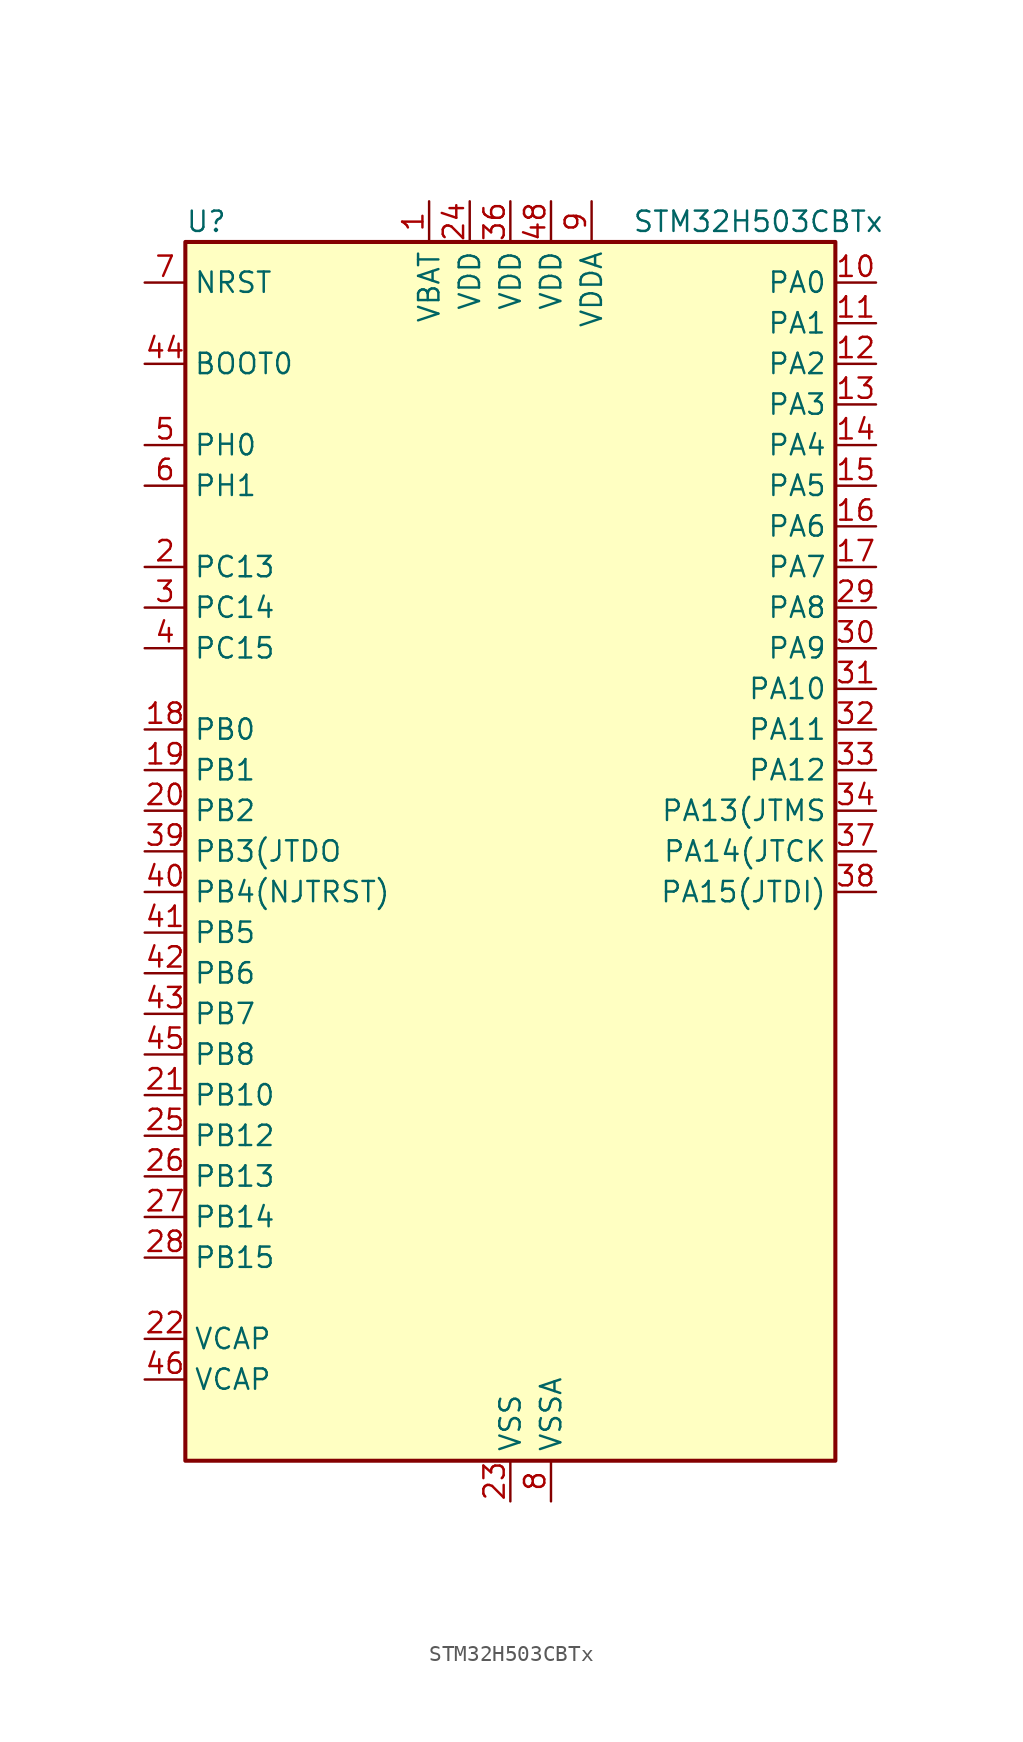
<source format=kicad_sym>
(kicad_symbol_lib
  (version 20231120)
  (generator "kicad_symbol_editor")
  (generator_version "8.0")
  (symbol "STM32H503CBTx"
    (property "Reference" "U"
      (at -20.32 39.37 0)
      (effects (font (size 1.27 1.27)) (justify left)))
    (property "Value" "STM32H503CBTx"
      (at 7.62 39.37 0)
      (effects (font (size 1.27 1.27)) (justify left)))
    (property "ki_locked" ""
      (at 0 0 0)
      (effects (font (size 1.27 1.27))))
    (symbol "STM32H503CBTx_0_1"
      (rectangle (start -20.32 -38.1) (end 20.32 38.1) (stroke (width 0.254) (type default)) (fill (type background))))
    (symbol "STM32H503CBTx_1_1"
      (pin power_in line (at -5.08 40.64 270) (length 2.54) (name "VBAT" (effects (font (size 1.27 1.27)))) (number "1" (effects (font (size 1.27 1.27)))))
      (pin bidirectional line (at 22.86 35.56 180) (length 2.54) (name "PA0" (effects (font (size 1.27 1.27)))) (number "10" (effects (font (size 1.27 1.27)))) (alternate "ADC1_INN1" bidirectional line) (alternate "ADC1_INP0" bidirectional line) (alternate "COMP1_INP" bidirectional line) (alternate "I2S1_SDI" bidirectional line) (alternate "I2S2_MCK" bidirectional line) (alternate "I2S3_WS" bidirectional line) (alternate "LPTIM1_ETR" bidirectional line) (alternate "LPTIM1_IN2" bidirectional line) (alternate "LPTIM2_ETR" bidirectional line) (alternate "OPAMP1_VINP" bidirectional line) (alternate "PWR_WKUP1" bidirectional line) (alternate "RTC_OUT2" bidirectional line) (alternate "SPI1_MISO" bidirectional line) (alternate "SPI3_NSS" bidirectional line) (alternate "SPI3_RDY" bidirectional line) (alternate "TAMP_IN2" bidirectional line) (alternate "TAMP_OUT1" bidirectional line) (alternate "TIM2_CH1" bidirectional line) (alternate "TIM2_ETR" bidirectional line) (alternate "TIM3_CH1" bidirectional line) (alternate "USART1_CTS" bidirectional line) (alternate "USART1_NSS" bidirectional line) (alternate "USART2_CTS" bidirectional line) (alternate "USART2_NSS" bidirectional line) (alternate "USART3_CK" bidirectional line) (alternate "USART3_CTS" bidirectional line) (alternate "USART3_NSS" bidirectional line))
      (pin bidirectional line (at 22.86 33.02 180) (length 2.54) (name "PA1" (effects (font (size 1.27 1.27)))) (number "11" (effects (font (size 1.27 1.27)))) (alternate "ADC1_INP1" bidirectional line) (alternate "I2S1_WS" bidirectional line) (alternate "I2S3_CK" bidirectional line) (alternate "LPTIM1_IN1" bidirectional line) (alternate "SPI1_NSS" bidirectional line) (alternate "SPI2_RDY" bidirectional line) (alternate "SPI3_SCK" bidirectional line) (alternate "TIM1_CH3" bidirectional line) (alternate "TIM2_CH2" bidirectional line) (alternate "USART1_RX" bidirectional line) (alternate "USART2_CK" bidirectional line) (alternate "USART2_RTS" bidirectional line))
      (pin bidirectional line (at 22.86 30.48 180) (length 2.54) (name "PA2" (effects (font (size 1.27 1.27)))) (number "12" (effects (font (size 1.27 1.27)))) (alternate "ADC1_INP14" bidirectional line) (alternate "I2S1_CK" bidirectional line) (alternate "I2S3_SDI" bidirectional line) (alternate "LPTIM1_IN2" bidirectional line) (alternate "LPUART1_RX" bidirectional line) (alternate "PWR_WKUP2" bidirectional line) (alternate "SPI1_SCK" bidirectional line) (alternate "SPI3_MISO" bidirectional line) (alternate "TIM1_CH4" bidirectional line) (alternate "TIM2_CH3" bidirectional line) (alternate "TIM3_ETR" bidirectional line) (alternate "USART1_TX" bidirectional line) (alternate "USART2_TX" bidirectional line))
      (pin bidirectional line (at 22.86 27.94 180) (length 2.54) (name "PA3" (effects (font (size 1.27 1.27)))) (number "13" (effects (font (size 1.27 1.27)))) (alternate "ADC1_INP15" bidirectional line) (alternate "I2S1_SDI" bidirectional line) (alternate "I2S2_WS" bidirectional line) (alternate "I2S3_SDO" bidirectional line) (alternate "LPUART1_TX" bidirectional line) (alternate "SPI1_MISO" bidirectional line) (alternate "SPI2_NSS" bidirectional line) (alternate "SPI3_MOSI" bidirectional line) (alternate "TIM1_CH1N" bidirectional line) (alternate "TIM2_CH4" bidirectional line) (alternate "USART1_CK" bidirectional line) (alternate "USART2_RX" bidirectional line) (alternate "USART3_RX" bidirectional line))
      (pin bidirectional line (at 22.86 25.4 180) (length 2.54) (name "PA4" (effects (font (size 1.27 1.27)))) (number "14" (effects (font (size 1.27 1.27)))) (alternate "ADC1_INP18" bidirectional line) (alternate "DAC1_OUT1" bidirectional line) (alternate "I2S1_SDO" bidirectional line) (alternate "I2S1_WS" bidirectional line) (alternate "I2S3_SDI" bidirectional line) (alternate "I2S3_WS" bidirectional line) (alternate "LPTIM2_CH1" bidirectional line) (alternate "SPI1_MOSI" bidirectional line) (alternate "SPI1_NSS" bidirectional line) (alternate "SPI3_MISO" bidirectional line) (alternate "SPI3_NSS" bidirectional line) (alternate "TIM1_BKIN" bidirectional line) (alternate "TIM1_CH2N" bidirectional line) (alternate "USART1_RTS" bidirectional line) (alternate "USART2_CK" bidirectional line) (alternate "USART3_TX" bidirectional line))
      (pin bidirectional line (at 22.86 22.86 180) (length 2.54) (name "PA5" (effects (font (size 1.27 1.27)))) (number "15" (effects (font (size 1.27 1.27)))) (alternate "ADC1_INN18" bidirectional line) (alternate "ADC1_INP19" bidirectional line) (alternate "COMP1_INM" bidirectional line) (alternate "DAC1_OUT2" bidirectional line) (alternate "I2S1_CK" bidirectional line) (alternate "I2S1_MCK" bidirectional line) (alternate "I2S2_CK" bidirectional line) (alternate "I2S3_SDO" bidirectional line) (alternate "LPTIM1_CH1" bidirectional line) (alternate "LPTIM1_ETR" bidirectional line) (alternate "LPTIM2_CH2" bidirectional line) (alternate "LPUART1_RTS" bidirectional line) (alternate "PWR_CSTOP" bidirectional line) (alternate "SPI1_SCK" bidirectional line) (alternate "SPI2_SCK" bidirectional line) (alternate "SPI3_MOSI" bidirectional line) (alternate "TIM2_CH1" bidirectional line) (alternate "TIM2_ETR" bidirectional line) (alternate "USART2_CTS" bidirectional line) (alternate "USART2_NSS" bidirectional line) (alternate "USART2_TX" bidirectional line) (alternate "USART3_RX" bidirectional line))
      (pin bidirectional line (at 22.86 20.32 180) (length 2.54) (name "PA6" (effects (font (size 1.27 1.27)))) (number "16" (effects (font (size 1.27 1.27)))) (alternate "ADC1_INP3" bidirectional line) (alternate "I2S1_SDI" bidirectional line) (alternate "SPI1_MISO" bidirectional line) (alternate "TIM1_BKIN" bidirectional line) (alternate "TIM3_CH1" bidirectional line))
      (pin bidirectional line (at 22.86 17.78 180) (length 2.54) (name "PA7" (effects (font (size 1.27 1.27)))) (number "17" (effects (font (size 1.27 1.27)))) (alternate "ADC1_INN3" bidirectional line) (alternate "ADC1_INP7" bidirectional line) (alternate "AUDIOCLK" bidirectional line) (alternate "I2S1_MCK" bidirectional line) (alternate "I2S1_SDO" bidirectional line) (alternate "I2S2_MCK" bidirectional line) (alternate "I2S2_SDI" bidirectional line) (alternate "I2S3_MCK" bidirectional line) (alternate "LPTIM2_ETR" bidirectional line) (alternate "OPAMP1_VOUT" bidirectional line) (alternate "PWR_CSLEEP" bidirectional line) (alternate "SPI1_MOSI" bidirectional line) (alternate "SPI2_MISO" bidirectional line) (alternate "TIM1_CH1N" bidirectional line) (alternate "TIM2_CH3" bidirectional line) (alternate "TIM3_CH2" bidirectional line) (alternate "USART1_RTS" bidirectional line) (alternate "USART3_CK" bidirectional line) (alternate "USART3_RTS" bidirectional line))
      (pin bidirectional line (at -22.86 7.62 0) (length 2.54) (name "PB0" (effects (font (size 1.27 1.27)))) (number "18" (effects (font (size 1.27 1.27)))) (alternate "ADC1_INN5" bidirectional line) (alternate "ADC1_INP9" bidirectional line) (alternate "COMP1_INP" bidirectional line) (alternate "LPTIM1_IN1" bidirectional line) (alternate "OPAMP1_VINP" bidirectional line) (alternate "TIM1_CH2N" bidirectional line) (alternate "TIM1_ETR" bidirectional line) (alternate "TIM3_CH3" bidirectional line) (alternate "USART2_TX" bidirectional line))
      (pin bidirectional line (at -22.86 5.08 0) (length 2.54) (name "PB1" (effects (font (size 1.27 1.27)))) (number "19" (effects (font (size 1.27 1.27)))) (alternate "ADC1_INP5" bidirectional line) (alternate "COMP1_INM" bidirectional line) (alternate "COMP1_OUT" bidirectional line) (alternate "I2S2_SDO" bidirectional line) (alternate "LPTIM1_IN2" bidirectional line) (alternate "LPTIM2_ETR" bidirectional line) (alternate "OPAMP1_VINM" bidirectional line) (alternate "OPAMP1_VINM1" bidirectional line) (alternate "SPI2_MOSI" bidirectional line) (alternate "TIM1_CH1" bidirectional line) (alternate "TIM1_CH3N" bidirectional line) (alternate "TIM3_CH4" bidirectional line) (alternate "USART2_RX" bidirectional line))
      (pin bidirectional line (at -22.86 17.78 0) (length 2.54) (name "PC13" (effects (font (size 1.27 1.27)))) (number "2" (effects (font (size 1.27 1.27)))) (alternate "PWR_WKUP4" bidirectional line) (alternate "RTC_OUT1" bidirectional line) (alternate "RTC_TS" bidirectional line) (alternate "TAMP_IN1" bidirectional line) (alternate "TAMP_OUT2" bidirectional line))
      (pin bidirectional line (at -22.86 2.54 0) (length 2.54) (name "PB2" (effects (font (size 1.27 1.27)))) (number "20" (effects (font (size 1.27 1.27)))) (alternate "COMP1_INP" bidirectional line) (alternate "I2S2_CK" bidirectional line) (alternate "I2S3_SDO" bidirectional line) (alternate "LPTIM1_CH1" bidirectional line) (alternate "LPTIM1_CH2" bidirectional line) (alternate "RCC_LSCO" bidirectional line) (alternate "RTC_OUT2" bidirectional line) (alternate "SPI1_RDY" bidirectional line) (alternate "SPI2_SCK" bidirectional line) (alternate "SPI3_MOSI" bidirectional line) (alternate "TIM1_CH2N" bidirectional line) (alternate "TIM2_CH1" bidirectional line) (alternate "USART2_CK" bidirectional line))
      (pin bidirectional line (at -22.86 -15.24 0) (length 2.54) (name "PB10" (effects (font (size 1.27 1.27)))) (number "21" (effects (font (size 1.27 1.27)))) (alternate "FDCAN1_TX" bidirectional line) (alternate "I2C1_SDA" bidirectional line) (alternate "I2C2_SCL" bidirectional line) (alternate "I2S2_CK" bidirectional line) (alternate "I2S3_WS" bidirectional line) (alternate "I3C1_SDA" bidirectional line) (alternate "I3C2_SCL" bidirectional line) (alternate "LPTIM2_CH2" bidirectional line) (alternate "LPTIM2_IN1" bidirectional line) (alternate "SPI2_SCK" bidirectional line) (alternate "SPI3_NSS" bidirectional line) (alternate "TIM2_CH3" bidirectional line) (alternate "USART3_CK" bidirectional line) (alternate "USART3_TX" bidirectional line))
      (pin power_out line (at -22.86 -30.48 0) (length 2.54) (name "VCAP" (effects (font (size 1.27 1.27)))) (number "22" (effects (font (size 1.27 1.27)))))
      (pin power_in line (at 0 -40.64 90) (length 2.54) (name "VSS" (effects (font (size 1.27 1.27)))) (number "23" (effects (font (size 1.27 1.27)))))
      (pin power_in line (at -2.54 40.64 270) (length 2.54) (name "VDD" (effects (font (size 1.27 1.27)))) (number "24" (effects (font (size 1.27 1.27)))))
      (pin bidirectional line (at -22.86 -17.78 0) (length 2.54) (name "PB12" (effects (font (size 1.27 1.27)))) (number "25" (effects (font (size 1.27 1.27)))) (alternate "FDCAN1_RX" bidirectional line) (alternate "I2C2_SMBA" bidirectional line) (alternate "I2S2_WS" bidirectional line) (alternate "SPI2_NSS" bidirectional line) (alternate "TIM1_BKIN" bidirectional line) (alternate "USART1_CK" bidirectional line) (alternate "USART3_CK" bidirectional line))
      (pin bidirectional line (at -22.86 -20.32 0) (length 2.54) (name "PB13" (effects (font (size 1.27 1.27)))) (number "26" (effects (font (size 1.27 1.27)))) (alternate "FDCAN1_TX" bidirectional line) (alternate "I2C1_SMBA" bidirectional line) (alternate "I2C2_SDA" bidirectional line) (alternate "I2S2_CK" bidirectional line) (alternate "I3C2_SDA" bidirectional line) (alternate "LPTIM2_CH1" bidirectional line) (alternate "LPUART1_CTS" bidirectional line) (alternate "SPI2_SCK" bidirectional line) (alternate "TIM1_CH1N" bidirectional line) (alternate "USART3_CTS" bidirectional line) (alternate "USART3_NSS" bidirectional line))
      (pin bidirectional line (at -22.86 -22.86 0) (length 2.54) (name "PB14" (effects (font (size 1.27 1.27)))) (number "27" (effects (font (size 1.27 1.27)))) (alternate "I2S2_SDI" bidirectional line) (alternate "LPTIM1_ETR" bidirectional line) (alternate "LPUART1_RTS" bidirectional line) (alternate "SPI2_MISO" bidirectional line) (alternate "TIM1_CH2N" bidirectional line) (alternate "USART1_TX" bidirectional line) (alternate "USART3_RTS" bidirectional line))
      (pin bidirectional line (at -22.86 -25.4 0) (length 2.54) (name "PB15" (effects (font (size 1.27 1.27)))) (number "28" (effects (font (size 1.27 1.27)))) (alternate "ADC1_EXTI15" bidirectional line) (alternate "COMP1_OUT" bidirectional line) (alternate "FDCAN1_TX" bidirectional line) (alternate "I2S2_SDO" bidirectional line) (alternate "I2S3_MCK" bidirectional line) (alternate "I2S3_SDI" bidirectional line) (alternate "LPTIM1_CH1" bidirectional line) (alternate "LPTIM2_IN2" bidirectional line) (alternate "LPUART1_RX" bidirectional line) (alternate "PWR_PVD_IN" bidirectional line) (alternate "RTC_REFIN" bidirectional line) (alternate "SPI2_MOSI" bidirectional line) (alternate "SPI3_MISO" bidirectional line) (alternate "TIM1_CH3N" bidirectional line) (alternate "TIM3_CH4" bidirectional line) (alternate "USART1_RX" bidirectional line) (alternate "USART2_RTS" bidirectional line) (alternate "USART2_RX" bidirectional line) (alternate "USART3_CTS" bidirectional line) (alternate "USART3_NSS" bidirectional line))
      (pin bidirectional line (at 22.86 15.24 180) (length 2.54) (name "PA8" (effects (font (size 1.27 1.27)))) (number "29" (effects (font (size 1.27 1.27)))) (alternate "FDCAN1_RX" bidirectional line) (alternate "I2S1_CK" bidirectional line) (alternate "I2S2_SDO" bidirectional line) (alternate "I2S2_WS" bidirectional line) (alternate "LPTIM2_IN1" bidirectional line) (alternate "LPUART1_CTS" bidirectional line) (alternate "RCC_MCO_1" bidirectional line) (alternate "SPI1_RDY" bidirectional line) (alternate "SPI1_SCK" bidirectional line) (alternate "SPI2_MOSI" bidirectional line) (alternate "SPI2_NSS" bidirectional line) (alternate "TIM1_CH1" bidirectional line) (alternate "TIM1_CH4N" bidirectional line) (alternate "TIM3_CH3" bidirectional line) (alternate "USART1_CK" bidirectional line) (alternate "USART2_TX" bidirectional line) (alternate "USART3_TX" bidirectional line) (alternate "USB_SOF" bidirectional line))
      (pin bidirectional line (at -22.86 15.24 0) (length 2.54) (name "PC14" (effects (font (size 1.27 1.27)))) (number "3" (effects (font (size 1.27 1.27)))) (alternate "RCC_OSC32_IN" bidirectional line))
      (pin bidirectional line (at 22.86 12.7 180) (length 2.54) (name "PA9" (effects (font (size 1.27 1.27)))) (number "30" (effects (font (size 1.27 1.27)))) (alternate "DAC1_EXTI9" bidirectional line) (alternate "DEBUG_TRACED2" bidirectional line) (alternate "I2S1_SDI" bidirectional line) (alternate "I2S2_CK" bidirectional line) (alternate "I2S3_SDO" bidirectional line) (alternate "LPUART1_TX" bidirectional line) (alternate "SPI1_MISO" bidirectional line) (alternate "SPI2_SCK" bidirectional line) (alternate "SPI3_MOSI" bidirectional line) (alternate "TIM1_CH2" bidirectional line) (alternate "USART1_TX" bidirectional line) (alternate "USART3_CK" bidirectional line))
      (pin bidirectional line (at 22.86 10.16 180) (length 2.54) (name "PA10" (effects (font (size 1.27 1.27)))) (number "31" (effects (font (size 1.27 1.27)))) (alternate "LPTIM2_IN2" bidirectional line) (alternate "LPUART1_RX" bidirectional line) (alternate "TIM1_CH3" bidirectional line) (alternate "USART1_RX" bidirectional line))
      (pin bidirectional line (at 22.86 7.62 180) (length 2.54) (name "PA11" (effects (font (size 1.27 1.27)))) (number "32" (effects (font (size 1.27 1.27)))) (alternate "ADC1_EXTI11" bidirectional line) (alternate "DEBUG_TRGIO" bidirectional line) (alternate "FDCAN1_RX" bidirectional line) (alternate "I2S2_WS" bidirectional line) (alternate "LPTIM2_CH2" bidirectional line) (alternate "LPUART1_CTS" bidirectional line) (alternate "SPI2_NSS" bidirectional line) (alternate "SPI3_RDY" bidirectional line) (alternate "TIM1_CH4" bidirectional line) (alternate "TIM3_CH2" bidirectional line) (alternate "USART1_CTS" bidirectional line) (alternate "USART1_NSS" bidirectional line) (alternate "USART1_RX" bidirectional line) (alternate "USART2_RX" bidirectional line) (alternate "USART3_RTS" bidirectional line) (alternate "USB_DM" bidirectional line))
      (pin bidirectional line (at 22.86 5.08 180) (length 2.54) (name "PA12" (effects (font (size 1.27 1.27)))) (number "33" (effects (font (size 1.27 1.27)))) (alternate "DEBUG_TRACED3" bidirectional line) (alternate "FDCAN1_TX" bidirectional line) (alternate "I2S2_CK" bidirectional line) (alternate "LPUART1_RTS" bidirectional line) (alternate "SPI2_RDY" bidirectional line) (alternate "SPI2_SCK" bidirectional line) (alternate "TIM1_ETR" bidirectional line) (alternate "TIM2_CH4" bidirectional line) (alternate "TIM3_CH4" bidirectional line) (alternate "USART1_RTS" bidirectional line) (alternate "USART1_TX" bidirectional line) (alternate "USART2_TX" bidirectional line) (alternate "USART3_RX" bidirectional line) (alternate "USB_DP" bidirectional line))
      (pin bidirectional line (at 22.86 2.54 180) (length 2.54) (name "PA13(JTMS" (effects (font (size 1.27 1.27)))) (number "34" (effects (font (size 1.27 1.27)))) (alternate "COMP1_OUT" bidirectional line) (alternate "DEBUG_JTMS-SWDIO" bidirectional line) (alternate "LPTIM1_CH1" bidirectional line) (alternate "LPUART1_CTS" bidirectional line) (alternate "TIM1_CH1" bidirectional line) (alternate "TIM1_ETR" bidirectional line) (alternate "USART1_RX" bidirectional line) (alternate "USART2_RX" bidirectional line))
      (pin passive line (at 0 -40.64 90) (length 2.54) hide (name "VSS" (effects (font (size 1.27 1.27)))) (number "35" (effects (font (size 1.27 1.27)))))
      (pin power_in line (at 0 40.64 270) (length 2.54) (name "VDD" (effects (font (size 1.27 1.27)))) (number "36" (effects (font (size 1.27 1.27)))))
      (pin bidirectional line (at 22.86 0 180) (length 2.54) (name "PA14(JTCK" (effects (font (size 1.27 1.27)))) (number "37" (effects (font (size 1.27 1.27)))) (alternate "DEBUG_JTCK-SWCLK" bidirectional line) (alternate "LPTIM1_ETR" bidirectional line) (alternate "LPTIM2_CH1" bidirectional line) (alternate "LPUART1_RTS" bidirectional line) (alternate "TIM1_CH2" bidirectional line) (alternate "TIM1_CH4N" bidirectional line) (alternate "TIM3_CH1" bidirectional line) (alternate "USART1_TX" bidirectional line) (alternate "USART2_TX" bidirectional line))
      (pin bidirectional line (at 22.86 -2.54 180) (length 2.54) (name "PA15(JTDI)" (effects (font (size 1.27 1.27)))) (number "38" (effects (font (size 1.27 1.27)))) (alternate "ADC1_EXTI15" bidirectional line) (alternate "DEBUG_JTDI" bidirectional line) (alternate "I2S1_WS" bidirectional line) (alternate "I2S2_SDI" bidirectional line) (alternate "I2S3_CK" bidirectional line) (alternate "I2S3_WS" bidirectional line) (alternate "LPTIM1_IN2" bidirectional line) (alternate "LPTIM2_CH1" bidirectional line) (alternate "SPI1_NSS" bidirectional line) (alternate "SPI2_MISO" bidirectional line) (alternate "SPI3_NSS" bidirectional line) (alternate "SPI3_SCK" bidirectional line) (alternate "TIM2_CH1" bidirectional line) (alternate "TIM2_ETR" bidirectional line) (alternate "USART1_CTS" bidirectional line) (alternate "USART1_NSS" bidirectional line) (alternate "USART2_CK" bidirectional line) (alternate "USART2_RTS" bidirectional line) (alternate "USART2_RX" bidirectional line) (alternate "USART3_RX" bidirectional line))
      (pin bidirectional line (at -22.86 0 0) (length 2.54) (name "PB3(JTDO" (effects (font (size 1.27 1.27)))) (number "39" (effects (font (size 1.27 1.27)))) (alternate "CRS_SYNC" bidirectional line) (alternate "DEBUG_JTDO-SWO" bidirectional line) (alternate "FDCAN1_RX" bidirectional line) (alternate "I2C1_SMBA" bidirectional line) (alternate "I2C2_SCL" bidirectional line) (alternate "I2C2_SDA" bidirectional line) (alternate "I2S1_CK" bidirectional line) (alternate "I2S2_MCK" bidirectional line) (alternate "I2S3_CK" bidirectional line) (alternate "I3C2_SCL" bidirectional line) (alternate "LPTIM1_CH1" bidirectional line) (alternate "SPI1_SCK" bidirectional line) (alternate "SPI3_SCK" bidirectional line) (alternate "TIM1_BKIN" bidirectional line) (alternate "TIM2_CH2" bidirectional line) (alternate "USART3_TX" bidirectional line))
      (pin bidirectional line (at -22.86 12.7 0) (length 2.54) (name "PC15" (effects (font (size 1.27 1.27)))) (number "4" (effects (font (size 1.27 1.27)))) (alternate "ADC1_EXTI15" bidirectional line) (alternate "RCC_OSC32_OUT" bidirectional line))
      (pin bidirectional line (at -22.86 -2.54 0) (length 2.54) (name "PB4(NJTRST)" (effects (font (size 1.27 1.27)))) (number "40" (effects (font (size 1.27 1.27)))) (alternate "DEBUG_JTRST" bidirectional line) (alternate "FDCAN1_TX" bidirectional line) (alternate "I2C1_SMBA" bidirectional line) (alternate "I2C2_SDA" bidirectional line) (alternate "I2S1_SDI" bidirectional line) (alternate "I2S2_WS" bidirectional line) (alternate "I2S3_SDI" bidirectional line) (alternate "I3C2_SDA" bidirectional line) (alternate "LPTIM1_CH2" bidirectional line) (alternate "SPI1_MISO" bidirectional line) (alternate "SPI2_NSS" bidirectional line) (alternate "SPI3_MISO" bidirectional line) (alternate "TIM1_CH2" bidirectional line) (alternate "TIM1_CH4N" bidirectional line) (alternate "TIM3_CH1" bidirectional line) (alternate "USART2_TX" bidirectional line))
      (pin bidirectional line (at -22.86 -5.08 0) (length 2.54) (name "PB5" (effects (font (size 1.27 1.27)))) (number "41" (effects (font (size 1.27 1.27)))) (alternate "DEBUG_TRACECLK" bidirectional line) (alternate "FDCAN1_RX" bidirectional line) (alternate "I2C1_SDA" bidirectional line) (alternate "I2C1_SMBA" bidirectional line) (alternate "I2C2_SCL" bidirectional line) (alternate "I2S1_SDO" bidirectional line) (alternate "I2S2_SDI" bidirectional line) (alternate "I2S3_SDO" bidirectional line) (alternate "I3C1_SDA" bidirectional line) (alternate "I3C2_SCL" bidirectional line) (alternate "LPTIM1_IN1" bidirectional line) (alternate "SPI1_MOSI" bidirectional line) (alternate "SPI2_MISO" bidirectional line) (alternate "SPI3_MOSI" bidirectional line) (alternate "TIM1_CH3" bidirectional line) (alternate "TIM3_CH2" bidirectional line) (alternate "USART2_RX" bidirectional line))
      (pin bidirectional line (at -22.86 -7.62 0) (length 2.54) (name "PB6" (effects (font (size 1.27 1.27)))) (number "42" (effects (font (size 1.27 1.27)))) (alternate "DEBUG_TRACED0" bidirectional line) (alternate "FDCAN1_TX" bidirectional line) (alternate "I2C1_SCL" bidirectional line) (alternate "I2S1_MCK" bidirectional line) (alternate "I3C1_SCL" bidirectional line) (alternate "LPUART1_TX" bidirectional line) (alternate "SPI3_RDY" bidirectional line) (alternate "TIM1_CH2" bidirectional line) (alternate "TIM1_CH3N" bidirectional line) (alternate "TIM3_CH3" bidirectional line) (alternate "USART1_TX" bidirectional line) (alternate "USART2_CK" bidirectional line) (alternate "USART2_CTS" bidirectional line) (alternate "USART2_NSS" bidirectional line))
      (pin bidirectional line (at -22.86 -10.16 0) (length 2.54) (name "PB7" (effects (font (size 1.27 1.27)))) (number "43" (effects (font (size 1.27 1.27)))) (alternate "AUDIOCLK" bidirectional line) (alternate "DEBUG_TRACED1" bidirectional line) (alternate "FDCAN1_TX" bidirectional line) (alternate "I2C1_SDA" bidirectional line) (alternate "I2C2_SMBA" bidirectional line) (alternate "I2S3_CK" bidirectional line) (alternate "I2S3_MCK" bidirectional line) (alternate "I3C1_SDA" bidirectional line) (alternate "LPUART1_RX" bidirectional line) (alternate "PWR_WKUP5" bidirectional line) (alternate "SPI3_SCK" bidirectional line) (alternate "TIM1_CH1" bidirectional line) (alternate "TIM1_CH2N" bidirectional line) (alternate "TIM3_ETR" bidirectional line) (alternate "USART1_RX" bidirectional line) (alternate "USART3_TX" bidirectional line))
      (pin input line (at -22.86 30.48 0) (length 2.54) (name "BOOT0" (effects (font (size 1.27 1.27)))) (number "44" (effects (font (size 1.27 1.27)))))
      (pin bidirectional line (at -22.86 -12.7 0) (length 2.54) (name "PB8" (effects (font (size 1.27 1.27)))) (number "45" (effects (font (size 1.27 1.27)))) (alternate "DEBUG_TRACED2" bidirectional line) (alternate "FDCAN1_RX" bidirectional line) (alternate "I2C1_SCL" bidirectional line) (alternate "I2C2_SDA" bidirectional line) (alternate "I2C2_SMBA" bidirectional line) (alternate "I2S1_WS" bidirectional line) (alternate "I2S2_MCK" bidirectional line) (alternate "I3C1_SCL" bidirectional line) (alternate "I3C2_SDA" bidirectional line) (alternate "LPTIM1_CH2" bidirectional line) (alternate "LPTIM2_CH1" bidirectional line) (alternate "SPI1_NSS" bidirectional line) (alternate "SPI2_RDY" bidirectional line) (alternate "TIM1_BKIN2" bidirectional line) (alternate "USART1_CK" bidirectional line) (alternate "USART3_RX" bidirectional line))
      (pin power_out line (at -22.86 -33.02 0) (length 2.54) (name "VCAP" (effects (font (size 1.27 1.27)))) (number "46" (effects (font (size 1.27 1.27)))))
      (pin passive line (at 0 -40.64 90) (length 2.54) hide (name "VSS" (effects (font (size 1.27 1.27)))) (number "47" (effects (font (size 1.27 1.27)))))
      (pin power_in line (at 2.54 40.64 270) (length 2.54) (name "VDD" (effects (font (size 1.27 1.27)))) (number "48" (effects (font (size 1.27 1.27)))))
      (pin bidirectional line (at -22.86 25.4 0) (length 2.54) (name "PH0" (effects (font (size 1.27 1.27)))) (number "5" (effects (font (size 1.27 1.27)))) (alternate "RCC_OSC_IN" bidirectional line))
      (pin bidirectional line (at -22.86 22.86 0) (length 2.54) (name "PH1" (effects (font (size 1.27 1.27)))) (number "6" (effects (font (size 1.27 1.27)))) (alternate "RCC_OSC_OUT" bidirectional line))
      (pin input line (at -22.86 35.56 0) (length 2.54) (name "NRST" (effects (font (size 1.27 1.27)))) (number "7" (effects (font (size 1.27 1.27)))))
      (pin power_in line (at 2.54 -40.64 90) (length 2.54) (name "VSSA" (effects (font (size 1.27 1.27)))) (number "8" (effects (font (size 1.27 1.27)))))
      (pin power_in line (at 5.08 40.64 270) (length 2.54) (name "VDDA" (effects (font (size 1.27 1.27)))) (number "9" (effects (font (size 1.27 1.27))))))))
</source>
